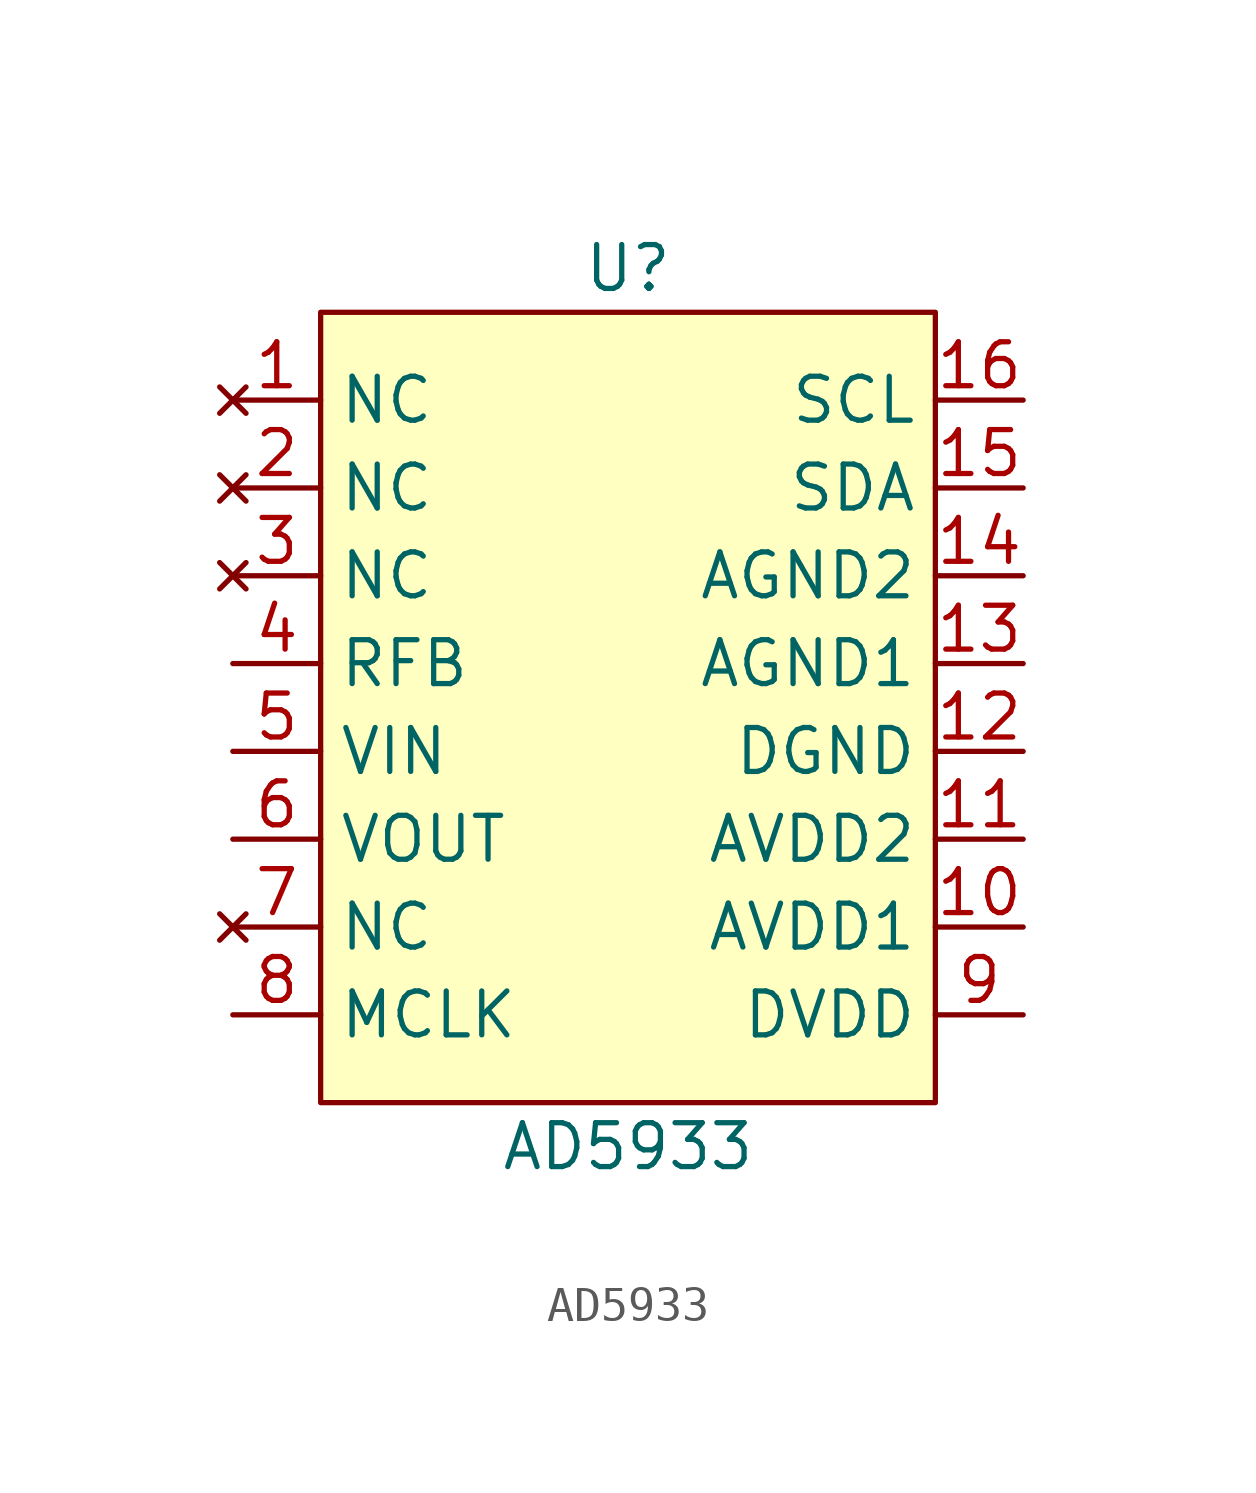
<source format=kicad_sym>
(kicad_symbol_lib
  (version 20211014)
  (generator kicad_symbol_editor)
  (symbol "AD5933"
    (property "Reference" "U"
      (at 0 16.51 0)
      (effects (font (size 1.27 1.27))))
    (property "Value" "AD5933"
      (at 0 -8.89 0)
      (effects (font (size 1.27 1.27))))
    (symbol "AD5933_0_1"
      (rectangle (start -8.89 15.24) (end 8.89 -7.62) (stroke (width 0) (type default) (color 0 0 0 0)) (fill (type background))))
    (symbol "AD5933_1_1"
      (pin no_connect line (at -11.43 12.7 0) (length 2.54) (name "NC" (effects (font (size 1.27 1.27)))) (number "1" (effects (font (size 1.27 1.27)))))
      (pin power_in line (at 11.43 -2.54 180) (length 2.54) (name "AVDD1" (effects (font (size 1.27 1.27)))) (number "10" (effects (font (size 1.27 1.27)))))
      (pin power_in line (at 11.43 0 180) (length 2.54) (name "AVDD2" (effects (font (size 1.27 1.27)))) (number "11" (effects (font (size 1.27 1.27)))))
      (pin power_in line (at 11.43 2.54 180) (length 2.54) (name "DGND" (effects (font (size 1.27 1.27)))) (number "12" (effects (font (size 1.27 1.27)))))
      (pin power_in line (at 11.43 5.08 180) (length 2.54) (name "AGND1" (effects (font (size 1.27 1.27)))) (number "13" (effects (font (size 1.27 1.27)))))
      (pin power_in line (at 11.43 7.62 180) (length 2.54) (name "AGND2" (effects (font (size 1.27 1.27)))) (number "14" (effects (font (size 1.27 1.27)))))
      (pin bidirectional line (at 11.43 10.16 180) (length 2.54) (name "SDA" (effects (font (size 1.27 1.27)))) (number "15" (effects (font (size 1.27 1.27)))))
      (pin bidirectional line (at 11.43 12.7 180) (length 2.54) (name "SCL" (effects (font (size 1.27 1.27)))) (number "16" (effects (font (size 1.27 1.27)))))
      (pin no_connect line (at -11.43 10.16 0) (length 2.54) (name "NC" (effects (font (size 1.27 1.27)))) (number "2" (effects (font (size 1.27 1.27)))))
      (pin no_connect line (at -11.43 7.62 0) (length 2.54) (name "NC" (effects (font (size 1.27 1.27)))) (number "3" (effects (font (size 1.27 1.27)))))
      (pin passive line (at -11.43 5.08 0) (length 2.54) (name "RFB" (effects (font (size 1.27 1.27)))) (number "4" (effects (font (size 1.27 1.27)))))
      (pin bidirectional line (at -11.43 2.54 0) (length 2.54) (name "VIN" (effects (font (size 1.27 1.27)))) (number "5" (effects (font (size 1.27 1.27)))))
      (pin bidirectional line (at -11.43 0 0) (length 2.54) (name "VOUT" (effects (font (size 1.27 1.27)))) (number "6" (effects (font (size 1.27 1.27)))))
      (pin no_connect line (at -11.43 -2.54 0) (length 2.54) (name "NC" (effects (font (size 1.27 1.27)))) (number "7" (effects (font (size 1.27 1.27)))))
      (pin input line (at -11.43 -5.08 0) (length 2.54) (name "MCLK" (effects (font (size 1.27 1.27)))) (number "8" (effects (font (size 1.27 1.27)))))
      (pin power_in line (at 11.43 -5.08 180) (length 2.54) (name "DVDD" (effects (font (size 1.27 1.27)))) (number "9" (effects (font (size 1.27 1.27))))))))
</source>
